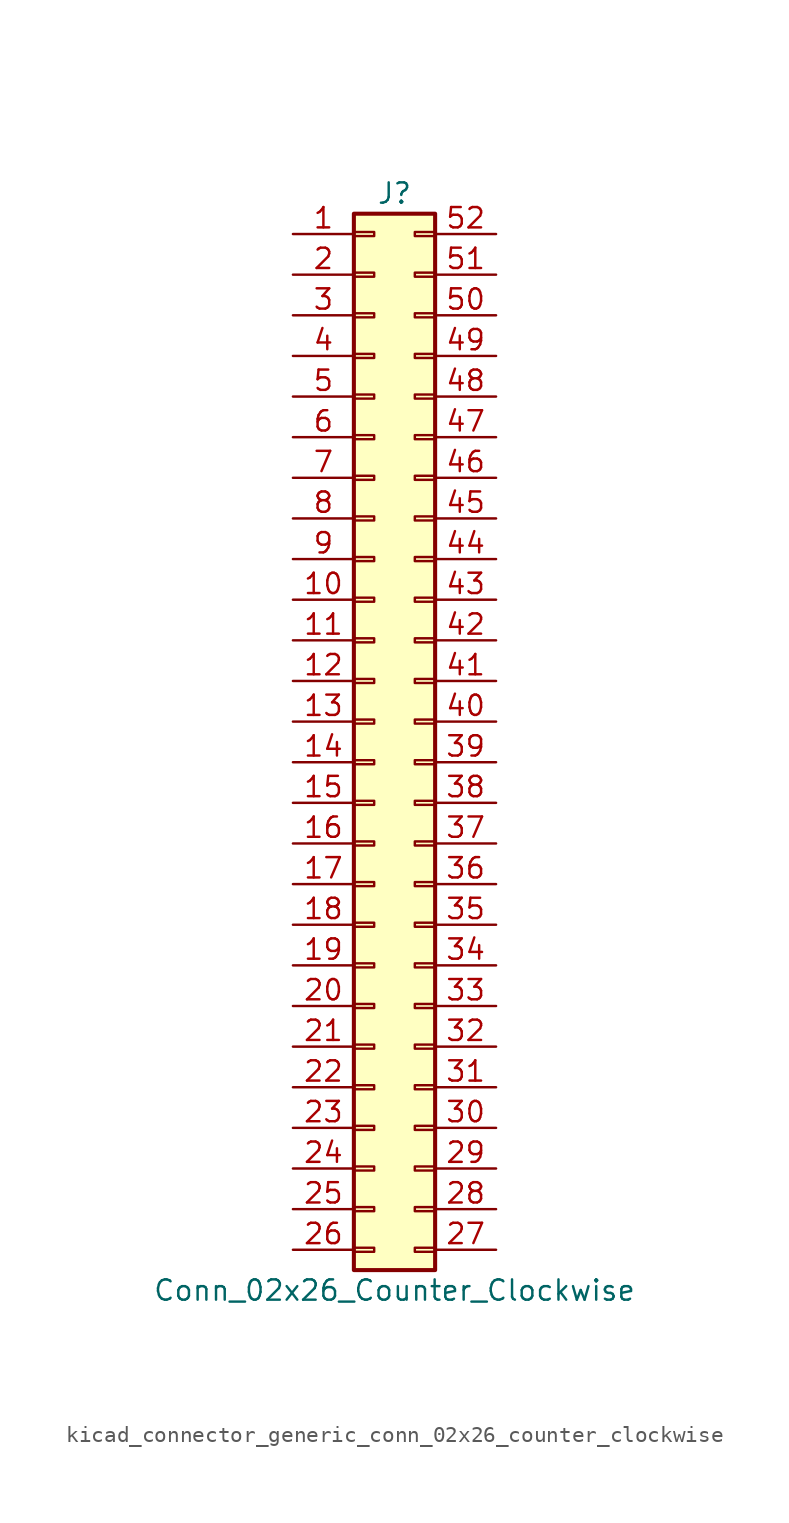
<source format=kicad_sym>
(kicad_symbol_lib
  (version 20220914)
  (generator kicad_symbol_editor)
  (symbol "kicad_connector_generic_conn_02x26_counter_clockwise"
    (pin_names
      (offset 1.016) hide)
    (property "Reference" "J"
      (at 1.27 33.02 0)
      (effects (font (size 1.27 1.27))))
    (property "Value" "Conn_02x26_Counter_Clockwise"
      (at 1.27 -35.56 0)
      (effects (font (size 1.27 1.27))))
    (symbol "kicad_connector_generic_conn_02x26_counter_clockwise_1_1"
      (rectangle (start -1.27 -32.893) (end 0 -33.147) (stroke (width 0.152) (type default)) (fill (type none)))
      (rectangle (start -1.27 -30.353) (end 0 -30.607) (stroke (width 0.152) (type default)) (fill (type none)))
      (rectangle (start -1.27 -27.813) (end 0 -28.067) (stroke (width 0.152) (type default)) (fill (type none)))
      (rectangle (start -1.27 -25.273) (end 0 -25.527) (stroke (width 0.152) (type default)) (fill (type none)))
      (rectangle (start -1.27 -22.733) (end 0 -22.987) (stroke (width 0.152) (type default)) (fill (type none)))
      (rectangle (start -1.27 -20.193) (end 0 -20.447) (stroke (width 0.152) (type default)) (fill (type none)))
      (rectangle (start -1.27 -17.653) (end 0 -17.907) (stroke (width 0.152) (type default)) (fill (type none)))
      (rectangle (start -1.27 -15.113) (end 0 -15.367) (stroke (width 0.152) (type default)) (fill (type none)))
      (rectangle (start -1.27 -12.573) (end 0 -12.827) (stroke (width 0.152) (type default)) (fill (type none)))
      (rectangle (start -1.27 -10.033) (end 0 -10.287) (stroke (width 0.152) (type default)) (fill (type none)))
      (rectangle (start -1.27 -7.493) (end 0 -7.747) (stroke (width 0.152) (type default)) (fill (type none)))
      (rectangle (start -1.27 -4.953) (end 0 -5.207) (stroke (width 0.152) (type default)) (fill (type none)))
      (rectangle (start -1.27 -2.413) (end 0 -2.667) (stroke (width 0.152) (type default)) (fill (type none)))
      (rectangle (start -1.27 0.127) (end 0 -0.127) (stroke (width 0.152) (type default)) (fill (type none)))
      (rectangle (start -1.27 2.667) (end 0 2.413) (stroke (width 0.152) (type default)) (fill (type none)))
      (rectangle (start -1.27 5.207) (end 0 4.953) (stroke (width 0.152) (type default)) (fill (type none)))
      (rectangle (start -1.27 7.747) (end 0 7.493) (stroke (width 0.152) (type default)) (fill (type none)))
      (rectangle (start -1.27 10.287) (end 0 10.033) (stroke (width 0.152) (type default)) (fill (type none)))
      (rectangle (start -1.27 12.827) (end 0 12.573) (stroke (width 0.152) (type default)) (fill (type none)))
      (rectangle (start -1.27 15.367) (end 0 15.113) (stroke (width 0.152) (type default)) (fill (type none)))
      (rectangle (start -1.27 17.907) (end 0 17.653) (stroke (width 0.152) (type default)) (fill (type none)))
      (rectangle (start -1.27 20.447) (end 0 20.193) (stroke (width 0.152) (type default)) (fill (type none)))
      (rectangle (start -1.27 22.987) (end 0 22.733) (stroke (width 0.152) (type default)) (fill (type none)))
      (rectangle (start -1.27 25.527) (end 0 25.273) (stroke (width 0.152) (type default)) (fill (type none)))
      (rectangle (start -1.27 28.067) (end 0 27.813) (stroke (width 0.152) (type default)) (fill (type none)))
      (rectangle (start -1.27 30.607) (end 0 30.353) (stroke (width 0.152) (type default)) (fill (type none)))
      (rectangle (start -1.27 31.75) (end 3.81 -34.29) (stroke (width 0.254) (type default)) (fill (type background)))
      (rectangle (start 3.81 -32.893) (end 2.54 -33.147) (stroke (width 0.152) (type default)) (fill (type none)))
      (rectangle (start 3.81 -30.353) (end 2.54 -30.607) (stroke (width 0.152) (type default)) (fill (type none)))
      (rectangle (start 3.81 -27.813) (end 2.54 -28.067) (stroke (width 0.152) (type default)) (fill (type none)))
      (rectangle (start 3.81 -25.273) (end 2.54 -25.527) (stroke (width 0.152) (type default)) (fill (type none)))
      (rectangle (start 3.81 -22.733) (end 2.54 -22.987) (stroke (width 0.152) (type default)) (fill (type none)))
      (rectangle (start 3.81 -20.193) (end 2.54 -20.447) (stroke (width 0.152) (type default)) (fill (type none)))
      (rectangle (start 3.81 -17.653) (end 2.54 -17.907) (stroke (width 0.152) (type default)) (fill (type none)))
      (rectangle (start 3.81 -15.113) (end 2.54 -15.367) (stroke (width 0.152) (type default)) (fill (type none)))
      (rectangle (start 3.81 -12.573) (end 2.54 -12.827) (stroke (width 0.152) (type default)) (fill (type none)))
      (rectangle (start 3.81 -10.033) (end 2.54 -10.287) (stroke (width 0.152) (type default)) (fill (type none)))
      (rectangle (start 3.81 -7.493) (end 2.54 -7.747) (stroke (width 0.152) (type default)) (fill (type none)))
      (rectangle (start 3.81 -4.953) (end 2.54 -5.207) (stroke (width 0.152) (type default)) (fill (type none)))
      (rectangle (start 3.81 -2.413) (end 2.54 -2.667) (stroke (width 0.152) (type default)) (fill (type none)))
      (rectangle (start 3.81 0.127) (end 2.54 -0.127) (stroke (width 0.152) (type default)) (fill (type none)))
      (rectangle (start 3.81 2.667) (end 2.54 2.413) (stroke (width 0.152) (type default)) (fill (type none)))
      (rectangle (start 3.81 5.207) (end 2.54 4.953) (stroke (width 0.152) (type default)) (fill (type none)))
      (rectangle (start 3.81 7.747) (end 2.54 7.493) (stroke (width 0.152) (type default)) (fill (type none)))
      (rectangle (start 3.81 10.287) (end 2.54 10.033) (stroke (width 0.152) (type default)) (fill (type none)))
      (rectangle (start 3.81 12.827) (end 2.54 12.573) (stroke (width 0.152) (type default)) (fill (type none)))
      (rectangle (start 3.81 15.367) (end 2.54 15.113) (stroke (width 0.152) (type default)) (fill (type none)))
      (rectangle (start 3.81 17.907) (end 2.54 17.653) (stroke (width 0.152) (type default)) (fill (type none)))
      (rectangle (start 3.81 20.447) (end 2.54 20.193) (stroke (width 0.152) (type default)) (fill (type none)))
      (rectangle (start 3.81 22.987) (end 2.54 22.733) (stroke (width 0.152) (type default)) (fill (type none)))
      (rectangle (start 3.81 25.527) (end 2.54 25.273) (stroke (width 0.152) (type default)) (fill (type none)))
      (rectangle (start 3.81 28.067) (end 2.54 27.813) (stroke (width 0.152) (type default)) (fill (type none)))
      (rectangle (start 3.81 30.607) (end 2.54 30.353) (stroke (width 0.152) (type default)) (fill (type none)))
      (pin passive line (at -5.08 30.48 0) (length 3.81) (name "Pin_1" (effects (font (size 1.27 1.27)))) (number "1" (effects (font (size 1.27 1.27)))))
      (pin passive line (at -5.08 7.62 0) (length 3.81) (name "Pin_10" (effects (font (size 1.27 1.27)))) (number "10" (effects (font (size 1.27 1.27)))))
      (pin passive line (at -5.08 5.08 0) (length 3.81) (name "Pin_11" (effects (font (size 1.27 1.27)))) (number "11" (effects (font (size 1.27 1.27)))))
      (pin passive line (at -5.08 2.54 0) (length 3.81) (name "Pin_12" (effects (font (size 1.27 1.27)))) (number "12" (effects (font (size 1.27 1.27)))))
      (pin passive line (at -5.08 0 0) (length 3.81) (name "Pin_13" (effects (font (size 1.27 1.27)))) (number "13" (effects (font (size 1.27 1.27)))))
      (pin passive line (at -5.08 -2.54 0) (length 3.81) (name "Pin_14" (effects (font (size 1.27 1.27)))) (number "14" (effects (font (size 1.27 1.27)))))
      (pin passive line (at -5.08 -5.08 0) (length 3.81) (name "Pin_15" (effects (font (size 1.27 1.27)))) (number "15" (effects (font (size 1.27 1.27)))))
      (pin passive line (at -5.08 -7.62 0) (length 3.81) (name "Pin_16" (effects (font (size 1.27 1.27)))) (number "16" (effects (font (size 1.27 1.27)))))
      (pin passive line (at -5.08 -10.16 0) (length 3.81) (name "Pin_17" (effects (font (size 1.27 1.27)))) (number "17" (effects (font (size 1.27 1.27)))))
      (pin passive line (at -5.08 -12.7 0) (length 3.81) (name "Pin_18" (effects (font (size 1.27 1.27)))) (number "18" (effects (font (size 1.27 1.27)))))
      (pin passive line (at -5.08 -15.24 0) (length 3.81) (name "Pin_19" (effects (font (size 1.27 1.27)))) (number "19" (effects (font (size 1.27 1.27)))))
      (pin passive line (at -5.08 27.94 0) (length 3.81) (name "Pin_2" (effects (font (size 1.27 1.27)))) (number "2" (effects (font (size 1.27 1.27)))))
      (pin passive line (at -5.08 -17.78 0) (length 3.81) (name "Pin_20" (effects (font (size 1.27 1.27)))) (number "20" (effects (font (size 1.27 1.27)))))
      (pin passive line (at -5.08 -20.32 0) (length 3.81) (name "Pin_21" (effects (font (size 1.27 1.27)))) (number "21" (effects (font (size 1.27 1.27)))))
      (pin passive line (at -5.08 -22.86 0) (length 3.81) (name "Pin_22" (effects (font (size 1.27 1.27)))) (number "22" (effects (font (size 1.27 1.27)))))
      (pin passive line (at -5.08 -25.4 0) (length 3.81) (name "Pin_23" (effects (font (size 1.27 1.27)))) (number "23" (effects (font (size 1.27 1.27)))))
      (pin passive line (at -5.08 -27.94 0) (length 3.81) (name "Pin_24" (effects (font (size 1.27 1.27)))) (number "24" (effects (font (size 1.27 1.27)))))
      (pin passive line (at -5.08 -30.48 0) (length 3.81) (name "Pin_25" (effects (font (size 1.27 1.27)))) (number "25" (effects (font (size 1.27 1.27)))))
      (pin passive line (at -5.08 -33.02 0) (length 3.81) (name "Pin_26" (effects (font (size 1.27 1.27)))) (number "26" (effects (font (size 1.27 1.27)))))
      (pin passive line (at 7.62 -33.02 180) (length 3.81) (name "Pin_27" (effects (font (size 1.27 1.27)))) (number "27" (effects (font (size 1.27 1.27)))))
      (pin passive line (at 7.62 -30.48 180) (length 3.81) (name "Pin_28" (effects (font (size 1.27 1.27)))) (number "28" (effects (font (size 1.27 1.27)))))
      (pin passive line (at 7.62 -27.94 180) (length 3.81) (name "Pin_29" (effects (font (size 1.27 1.27)))) (number "29" (effects (font (size 1.27 1.27)))))
      (pin passive line (at -5.08 25.4 0) (length 3.81) (name "Pin_3" (effects (font (size 1.27 1.27)))) (number "3" (effects (font (size 1.27 1.27)))))
      (pin passive line (at 7.62 -25.4 180) (length 3.81) (name "Pin_30" (effects (font (size 1.27 1.27)))) (number "30" (effects (font (size 1.27 1.27)))))
      (pin passive line (at 7.62 -22.86 180) (length 3.81) (name "Pin_31" (effects (font (size 1.27 1.27)))) (number "31" (effects (font (size 1.27 1.27)))))
      (pin passive line (at 7.62 -20.32 180) (length 3.81) (name "Pin_32" (effects (font (size 1.27 1.27)))) (number "32" (effects (font (size 1.27 1.27)))))
      (pin passive line (at 7.62 -17.78 180) (length 3.81) (name "Pin_33" (effects (font (size 1.27 1.27)))) (number "33" (effects (font (size 1.27 1.27)))))
      (pin passive line (at 7.62 -15.24 180) (length 3.81) (name "Pin_34" (effects (font (size 1.27 1.27)))) (number "34" (effects (font (size 1.27 1.27)))))
      (pin passive line (at 7.62 -12.7 180) (length 3.81) (name "Pin_35" (effects (font (size 1.27 1.27)))) (number "35" (effects (font (size 1.27 1.27)))))
      (pin passive line (at 7.62 -10.16 180) (length 3.81) (name "Pin_36" (effects (font (size 1.27 1.27)))) (number "36" (effects (font (size 1.27 1.27)))))
      (pin passive line (at 7.62 -7.62 180) (length 3.81) (name "Pin_37" (effects (font (size 1.27 1.27)))) (number "37" (effects (font (size 1.27 1.27)))))
      (pin passive line (at 7.62 -5.08 180) (length 3.81) (name "Pin_38" (effects (font (size 1.27 1.27)))) (number "38" (effects (font (size 1.27 1.27)))))
      (pin passive line (at 7.62 -2.54 180) (length 3.81) (name "Pin_39" (effects (font (size 1.27 1.27)))) (number "39" (effects (font (size 1.27 1.27)))))
      (pin passive line (at -5.08 22.86 0) (length 3.81) (name "Pin_4" (effects (font (size 1.27 1.27)))) (number "4" (effects (font (size 1.27 1.27)))))
      (pin passive line (at 7.62 0 180) (length 3.81) (name "Pin_40" (effects (font (size 1.27 1.27)))) (number "40" (effects (font (size 1.27 1.27)))))
      (pin passive line (at 7.62 2.54 180) (length 3.81) (name "Pin_41" (effects (font (size 1.27 1.27)))) (number "41" (effects (font (size 1.27 1.27)))))
      (pin passive line (at 7.62 5.08 180) (length 3.81) (name "Pin_42" (effects (font (size 1.27 1.27)))) (number "42" (effects (font (size 1.27 1.27)))))
      (pin passive line (at 7.62 7.62 180) (length 3.81) (name "Pin_43" (effects (font (size 1.27 1.27)))) (number "43" (effects (font (size 1.27 1.27)))))
      (pin passive line (at 7.62 10.16 180) (length 3.81) (name "Pin_44" (effects (font (size 1.27 1.27)))) (number "44" (effects (font (size 1.27 1.27)))))
      (pin passive line (at 7.62 12.7 180) (length 3.81) (name "Pin_45" (effects (font (size 1.27 1.27)))) (number "45" (effects (font (size 1.27 1.27)))))
      (pin passive line (at 7.62 15.24 180) (length 3.81) (name "Pin_46" (effects (font (size 1.27 1.27)))) (number "46" (effects (font (size 1.27 1.27)))))
      (pin passive line (at 7.62 17.78 180) (length 3.81) (name "Pin_47" (effects (font (size 1.27 1.27)))) (number "47" (effects (font (size 1.27 1.27)))))
      (pin passive line (at 7.62 20.32 180) (length 3.81) (name "Pin_48" (effects (font (size 1.27 1.27)))) (number "48" (effects (font (size 1.27 1.27)))))
      (pin passive line (at 7.62 22.86 180) (length 3.81) (name "Pin_49" (effects (font (size 1.27 1.27)))) (number "49" (effects (font (size 1.27 1.27)))))
      (pin passive line (at -5.08 20.32 0) (length 3.81) (name "Pin_5" (effects (font (size 1.27 1.27)))) (number "5" (effects (font (size 1.27 1.27)))))
      (pin passive line (at 7.62 25.4 180) (length 3.81) (name "Pin_50" (effects (font (size 1.27 1.27)))) (number "50" (effects (font (size 1.27 1.27)))))
      (pin passive line (at 7.62 27.94 180) (length 3.81) (name "Pin_51" (effects (font (size 1.27 1.27)))) (number "51" (effects (font (size 1.27 1.27)))))
      (pin passive line (at 7.62 30.48 180) (length 3.81) (name "Pin_52" (effects (font (size 1.27 1.27)))) (number "52" (effects (font (size 1.27 1.27)))))
      (pin passive line (at -5.08 17.78 0) (length 3.81) (name "Pin_6" (effects (font (size 1.27 1.27)))) (number "6" (effects (font (size 1.27 1.27)))))
      (pin passive line (at -5.08 15.24 0) (length 3.81) (name "Pin_7" (effects (font (size 1.27 1.27)))) (number "7" (effects (font (size 1.27 1.27)))))
      (pin passive line (at -5.08 12.7 0) (length 3.81) (name "Pin_8" (effects (font (size 1.27 1.27)))) (number "8" (effects (font (size 1.27 1.27)))))
      (pin passive line (at -5.08 10.16 0) (length 3.81) (name "Pin_9" (effects (font (size 1.27 1.27)))) (number "9" (effects (font (size 1.27 1.27))))))))
</source>
